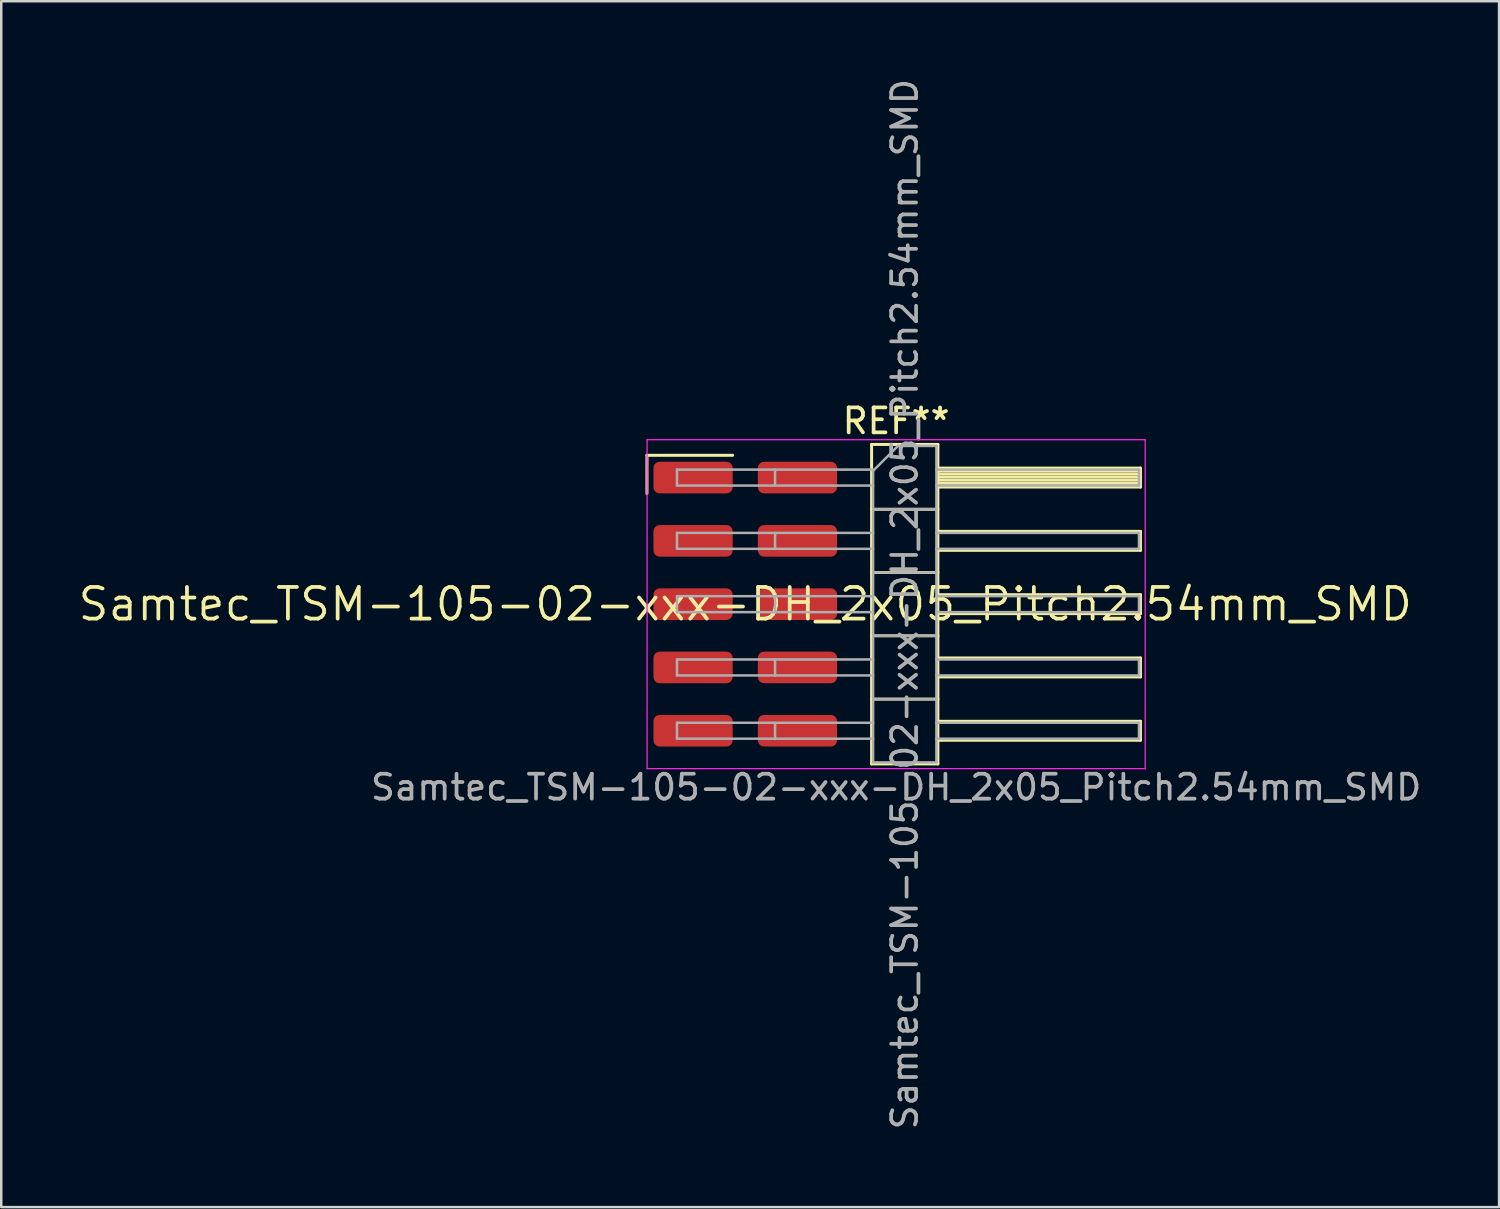
<source format=kicad_pcb>
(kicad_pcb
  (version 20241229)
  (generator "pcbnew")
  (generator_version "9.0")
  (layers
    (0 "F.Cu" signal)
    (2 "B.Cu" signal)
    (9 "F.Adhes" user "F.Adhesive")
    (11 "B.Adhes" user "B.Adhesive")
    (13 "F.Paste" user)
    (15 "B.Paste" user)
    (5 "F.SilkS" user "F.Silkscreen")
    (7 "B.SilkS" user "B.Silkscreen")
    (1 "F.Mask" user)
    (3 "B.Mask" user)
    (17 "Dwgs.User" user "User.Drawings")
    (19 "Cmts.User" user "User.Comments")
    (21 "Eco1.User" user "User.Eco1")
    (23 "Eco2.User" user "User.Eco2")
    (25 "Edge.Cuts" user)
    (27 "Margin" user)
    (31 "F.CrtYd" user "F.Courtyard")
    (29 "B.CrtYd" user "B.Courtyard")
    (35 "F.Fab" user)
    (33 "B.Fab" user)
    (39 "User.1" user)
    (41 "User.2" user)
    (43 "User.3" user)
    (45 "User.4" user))
  (footprint "Samtec_TSM-105-02-xxx-DH_2x05_Pitch2.54mm_SMD"
    (layer "F.Cu")
    (at 26.859 21.196)
    (property "Reference" "Samtec_TSM-105-02-xxx-DH_2x05_Pitch2.54mm_SMD" (at 0 0 0) (layer "F.SilkS") (effects (font (size 1.27 1.27) (thickness 0.15))))
    (attr smd)
    (fp_line (start -3.945 -5.975) (end -0.505 -5.975) (stroke (width 0.12) (type solid)) (layer "F.SilkS"))
    (fp_line (start -3.945 -4.445) (end -3.945 -5.975) (stroke (width 0.12) (type solid)) (layer "F.SilkS"))
    (fp_line (start 5.07 -6.41) (end 7.73 -6.41) (stroke (width 0.12) (type solid)) (layer "F.SilkS"))
    (fp_line (start 5.07 -3.81) (end 7.73 -3.81) (stroke (width 0.12) (type solid)) (layer "F.SilkS"))
    (fp_line (start 5.07 -1.27) (end 7.73 -1.27) (stroke (width 0.12) (type solid)) (layer "F.SilkS"))
    (fp_line (start 5.07 1.27) (end 7.73 1.27) (stroke (width 0.12) (type solid)) (layer "F.SilkS"))
    (fp_line (start 5.07 3.81) (end 7.73 3.81) (stroke (width 0.12) (type solid)) (layer "F.SilkS"))
    (fp_line (start 5.07 6.41) (end 5.07 -6.41) (stroke (width 0.12) (type solid)) (layer "F.SilkS"))
    (fp_line (start 7.73 -6.41) (end 7.73 6.41) (stroke (width 0.12) (type solid)) (layer "F.SilkS"))
    (fp_line (start 7.73 -5.46) (end 15.86 -5.46) (stroke (width 0.12) (type solid)) (layer "F.SilkS"))
    (fp_line (start 7.73 -5.34) (end 15.86 -5.34) (stroke (width 0.12) (type solid)) (layer "F.SilkS"))
    (fp_line (start 7.73 -5.22) (end 15.86 -5.22) (stroke (width 0.12) (type solid)) (layer "F.SilkS"))
    (fp_line (start 7.73 -5.1) (end 15.86 -5.1) (stroke (width 0.12) (type solid)) (layer "F.SilkS"))
    (fp_line (start 7.73 -4.98) (end 15.86 -4.98) (stroke (width 0.12) (type solid)) (layer "F.SilkS"))
    (fp_line (start 7.73 -4.86) (end 15.86 -4.86) (stroke (width 0.12) (type solid)) (layer "F.SilkS"))
    (fp_line (start 7.73 -4.74) (end 15.86 -4.74) (stroke (width 0.12) (type solid)) (layer "F.SilkS"))
    (fp_line (start 7.73 -4.7) (end 15.86 -4.7) (stroke (width 0.12) (type solid)) (layer "F.SilkS"))
    (fp_line (start 7.73 -2.92) (end 15.86 -2.92) (stroke (width 0.12) (type solid)) (layer "F.SilkS"))
    (fp_line (start 7.73 -2.16) (end 15.86 -2.16) (stroke (width 0.12) (type solid)) (layer "F.SilkS"))
    (fp_line (start 7.73 -0.38) (end 15.86 -0.38) (stroke (width 0.12) (type solid)) (layer "F.SilkS"))
    (fp_line (start 7.73 0.38) (end 15.86 0.38) (stroke (width 0.12) (type solid)) (layer "F.SilkS"))
    (fp_line (start 7.73 2.16) (end 15.86 2.16) (stroke (width 0.12) (type solid)) (layer "F.SilkS"))
    (fp_line (start 7.73 2.92) (end 15.86 2.92) (stroke (width 0.12) (type solid)) (layer "F.SilkS"))
    (fp_line (start 7.73 4.7) (end 15.86 4.7) (stroke (width 0.12) (type solid)) (layer "F.SilkS"))
    (fp_line (start 7.73 5.46) (end 15.86 5.46) (stroke (width 0.12) (type solid)) (layer "F.SilkS"))
    (fp_line (start 7.73 6.41) (end 5.07 6.41) (stroke (width 0.12) (type solid)) (layer "F.SilkS"))
    (fp_line (start 15.86 -5.46) (end 15.86 -4.7) (stroke (width 0.12) (type solid)) (layer "F.SilkS"))
    (fp_line (start 15.86 -2.92) (end 15.86 -2.16) (stroke (width 0.12) (type solid)) (layer "F.SilkS"))
    (fp_line (start 15.86 -0.38) (end 15.86 0.38) (stroke (width 0.12) (type solid)) (layer "F.SilkS"))
    (fp_line (start 15.86 2.16) (end 15.86 2.92) (stroke (width 0.12) (type solid)) (layer "F.SilkS"))
    (fp_line (start 15.86 4.7) (end 15.86 5.46) (stroke (width 0.12) (type solid)) (layer "F.SilkS"))
    (fp_line (start -3.94 -6.6) (end 16.05 -6.6) (stroke (width 0.05) (type solid)) (layer "F.CrtYd"))
    (fp_line (start -3.94 6.6) (end -3.94 -6.6) (stroke (width 0.05) (type solid)) (layer "F.CrtYd"))
    (fp_line (start 16.05 -6.6) (end 16.05 6.6) (stroke (width 0.05) (type solid)) (layer "F.CrtYd"))
    (fp_line (start 16.05 6.6) (end -3.94 6.6) (stroke (width 0.05) (type solid)) (layer "F.CrtYd"))
    (fp_line (start -2.74 -5.4) (end -2.74 -4.76) (stroke (width 0.1) (type solid)) (layer "F.Fab"))
    (fp_line (start -2.74 -5.4) (end 5.13 -5.4) (stroke (width 0.1) (type solid)) (layer "F.Fab"))
    (fp_line (start -2.74 -4.76) (end 5.13 -4.76) (stroke (width 0.1) (type solid)) (layer "F.Fab"))
    (fp_line (start -2.74 -2.86) (end -2.74 -2.22) (stroke (width 0.1) (type solid)) (layer "F.Fab"))
    (fp_line (start -2.74 -2.86) (end 5.13 -2.86) (stroke (width 0.1) (type solid)) (layer "F.Fab"))
    (fp_line (start -2.74 -2.22) (end 5.13 -2.22) (stroke (width 0.1) (type solid)) (layer "F.Fab"))
    (fp_line (start -2.74 -0.32) (end -2.74 0.32) (stroke (width 0.1) (type solid)) (layer "F.Fab"))
    (fp_line (start -2.74 -0.32) (end 5.13 -0.32) (stroke (width 0.1) (type solid)) (layer "F.Fab"))
    (fp_line (start -2.74 0.32) (end 5.13 0.32) (stroke (width 0.1) (type solid)) (layer "F.Fab"))
    (fp_line (start -2.74 2.22) (end -2.74 2.86) (stroke (width 0.1) (type solid)) (layer "F.Fab"))
    (fp_line (start -2.74 2.22) (end 5.13 2.22) (stroke (width 0.1) (type solid)) (layer "F.Fab"))
    (fp_line (start -2.74 2.86) (end 5.13 2.86) (stroke (width 0.1) (type solid)) (layer "F.Fab"))
    (fp_line (start -2.74 4.76) (end -2.74 5.4) (stroke (width 0.1) (type solid)) (layer "F.Fab"))
    (fp_line (start -2.74 4.76) (end 5.13 4.76) (stroke (width 0.1) (type solid)) (layer "F.Fab"))
    (fp_line (start -2.74 5.4) (end 5.13 5.4) (stroke (width 0.1) (type solid)) (layer "F.Fab"))
    (fp_line (start 1.195 -5.4) (end 1.195 -4.76) (stroke (width 0.1) (type solid)) (layer "F.Fab"))
    (fp_line (start 1.195 -2.86) (end 1.195 -2.22) (stroke (width 0.1) (type solid)) (layer "F.Fab"))
    (fp_line (start 1.195 -0.32) (end 1.195 0.32) (stroke (width 0.1) (type solid)) (layer "F.Fab"))
    (fp_line (start 1.195 2.22) (end 1.195 2.86) (stroke (width 0.1) (type solid)) (layer "F.Fab"))
    (fp_line (start 1.195 4.76) (end 1.195 5.4) (stroke (width 0.1) (type solid)) (layer "F.Fab"))
    (fp_line (start 5.13 -5.35) (end 6.13 -6.35) (stroke (width 0.1) (type solid)) (layer "F.Fab"))
    (fp_line (start 5.13 -3.81) (end 7.67 -3.81) (stroke (width 0.1) (type solid)) (layer "F.Fab"))
    (fp_line (start 5.13 -1.27) (end 7.67 -1.27) (stroke (width 0.1) (type solid)) (layer "F.Fab"))
    (fp_line (start 5.13 1.27) (end 7.67 1.27) (stroke (width 0.1) (type solid)) (layer "F.Fab"))
    (fp_line (start 5.13 3.81) (end 7.67 3.81) (stroke (width 0.1) (type solid)) (layer "F.Fab"))
    (fp_line (start 5.13 6.35) (end 5.13 -5.35) (stroke (width 0.1) (type solid)) (layer "F.Fab"))
    (fp_line (start 6.13 -6.35) (end 7.67 -6.35) (stroke (width 0.1) (type solid)) (layer "F.Fab"))
    (fp_line (start 7.67 -6.35) (end 7.67 6.35) (stroke (width 0.1) (type solid)) (layer "F.Fab"))
    (fp_line (start 7.67 -5.4) (end 15.8 -5.4) (stroke (width 0.1) (type solid)) (layer "F.Fab"))
    (fp_line (start 7.67 -4.76) (end 15.8 -4.76) (stroke (width 0.1) (type solid)) (layer "F.Fab"))
    (fp_line (start 7.67 -2.86) (end 15.8 -2.86) (stroke (width 0.1) (type solid)) (layer "F.Fab"))
    (fp_line (start 7.67 -2.22) (end 15.8 -2.22) (stroke (width 0.1) (type solid)) (layer "F.Fab"))
    (fp_line (start 7.67 -0.32) (end 15.8 -0.32) (stroke (width 0.1) (type solid)) (layer "F.Fab"))
    (fp_line (start 7.67 0.32) (end 15.8 0.32) (stroke (width 0.1) (type solid)) (layer "F.Fab"))
    (fp_line (start 7.67 2.22) (end 15.8 2.22) (stroke (width 0.1) (type solid)) (layer "F.Fab"))
    (fp_line (start 7.67 2.86) (end 15.8 2.86) (stroke (width 0.1) (type solid)) (layer "F.Fab"))
    (fp_line (start 7.67 4.76) (end 15.8 4.76) (stroke (width 0.1) (type solid)) (layer "F.Fab"))
    (fp_line (start 7.67 5.4) (end 15.8 5.4) (stroke (width 0.1) (type solid)) (layer "F.Fab"))
    (fp_line (start 7.67 6.35) (end 5.13 6.35) (stroke (width 0.1) (type solid)) (layer "F.Fab"))
    (fp_line (start 15.8 -5.4) (end 15.8 -4.76) (stroke (width 0.1) (type solid)) (layer "F.Fab"))
    (fp_line (start 15.8 -2.86) (end 15.8 -2.22) (stroke (width 0.1) (type solid)) (layer "F.Fab"))
    (fp_line (start 15.8 -0.32) (end 15.8 0.32) (stroke (width 0.1) (type solid)) (layer "F.Fab"))
    (fp_line (start 15.8 2.22) (end 15.8 2.86) (stroke (width 0.1) (type solid)) (layer "F.Fab"))
    (fp_line (start 15.8 4.76) (end 15.8 5.4) (stroke (width 0.1) (type solid)) (layer "F.Fab"))
    (fp_text user "REF**" (at 6.055 -7.35 0) (layer "F.SilkS") (effects (font (size 1 1) (thickness 0.15))))
    (fp_text user "Samtec_TSM-105-02-xxx-DH_2x05_Pitch2.54mm_SMD" (at 6.055 7.35 0) (layer "F.Fab") (effects (font (size 1 1) (thickness 0.15))))
    (fp_text user "${REFERENCE}" (at 6.4 0 90) (layer "F.Fab") (effects (font (size 1 1) (thickness 0.15))))
    (pad "1" smd roundrect (at -2.095 -5.08) (size 3.18 1.27) (layers "F.Cu" "F.Mask" "F.Paste") (roundrect_rratio 0.197))
    (pad "2" smd roundrect (at 2.095 -5.08) (size 3.18 1.27) (layers "F.Cu" "F.Mask" "F.Paste") (roundrect_rratio 0.197))
    (pad "3" smd roundrect (at -2.095 -2.54) (size 3.18 1.27) (layers "F.Cu" "F.Mask" "F.Paste") (roundrect_rratio 0.197))
    (pad "4" smd roundrect (at 2.095 -2.54) (size 3.18 1.27) (layers "F.Cu" "F.Mask" "F.Paste") (roundrect_rratio 0.197))
    (pad "5" smd roundrect (at -2.095 0) (size 3.18 1.27) (layers "F.Cu" "F.Mask" "F.Paste") (roundrect_rratio 0.197))
    (pad "6" smd roundrect (at 2.095 0) (size 3.18 1.27) (layers "F.Cu" "F.Mask" "F.Paste") (roundrect_rratio 0.197))
    (pad "7" smd roundrect (at -2.095 2.54) (size 3.18 1.27) (layers "F.Cu" "F.Mask" "F.Paste") (roundrect_rratio 0.197))
    (pad "8" smd roundrect (at 2.095 2.54) (size 3.18 1.27) (layers "F.Cu" "F.Mask" "F.Paste") (roundrect_rratio 0.197))
    (pad "9" smd roundrect (at -2.095 5.08) (size 3.18 1.27) (layers "F.Cu" "F.Mask" "F.Paste") (roundrect_rratio 0.197))
    (pad "10" smd roundrect (at 2.095 5.08) (size 3.18 1.27) (layers "F.Cu" "F.Mask" "F.Paste") (roundrect_rratio 0.197)))
  (gr_rect
    (start -3 -3)
    (end 57.11 45.393)
    (stroke (width 0.1) (type default))
    (fill no)
    (layer "Edge.Cuts")))
</source>
